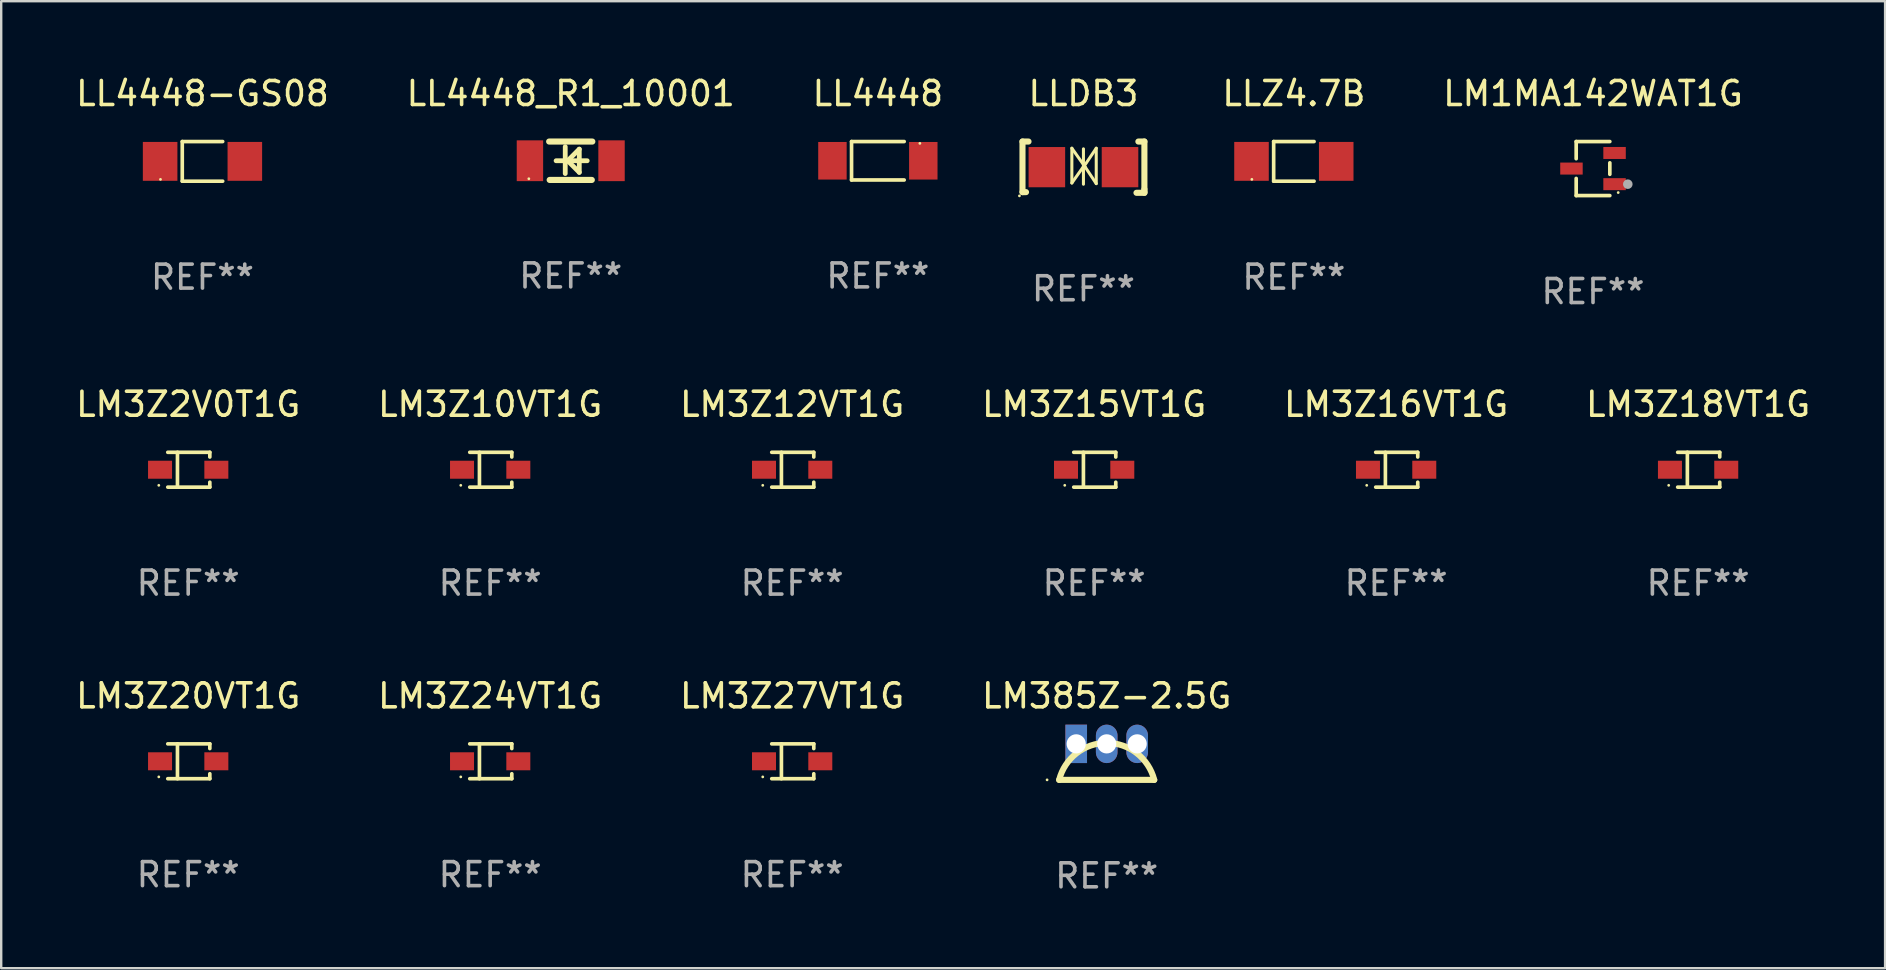
<source format=kicad_pcb>
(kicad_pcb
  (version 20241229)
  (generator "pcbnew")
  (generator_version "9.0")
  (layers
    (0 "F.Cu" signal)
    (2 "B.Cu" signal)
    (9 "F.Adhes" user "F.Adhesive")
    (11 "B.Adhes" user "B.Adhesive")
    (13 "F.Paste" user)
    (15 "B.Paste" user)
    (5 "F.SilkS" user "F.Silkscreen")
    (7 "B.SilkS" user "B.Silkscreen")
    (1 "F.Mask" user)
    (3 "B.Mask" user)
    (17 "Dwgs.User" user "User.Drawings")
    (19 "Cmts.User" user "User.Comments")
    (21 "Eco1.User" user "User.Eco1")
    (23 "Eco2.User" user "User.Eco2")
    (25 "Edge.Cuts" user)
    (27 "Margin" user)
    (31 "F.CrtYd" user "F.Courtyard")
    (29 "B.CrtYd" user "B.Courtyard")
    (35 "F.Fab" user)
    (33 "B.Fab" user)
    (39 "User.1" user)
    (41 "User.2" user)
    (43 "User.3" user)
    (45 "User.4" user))
  (footprint "LM3Z20VT1G"
    (layer "F.Cu")
    (at 4.792 28.672)
    (property "Reference" "LM3Z20VT1G" (at 0 -2.726 0) (layer "F.SilkS") (effects (font (size 1 1) (thickness 0.15))))
    (attr through_hole)
    (fp_line (start -0.851 -0.726) (end 0.901 -0.726) (stroke (width 0.152) (type solid)) (layer "F.SilkS"))
    (fp_line (start -0.851 0.726) (end 0.901 0.726) (stroke (width 0.152) (type solid)) (layer "F.SilkS"))
    (fp_line (start -0.447 -0.726) (end -0.447 0.726) (stroke (width 0.152) (type solid)) (layer "F.SilkS"))
    (fp_line (start 0.901 -0.726) (end 0.901 -0.53) (stroke (width 0.152) (type solid)) (layer "F.SilkS"))
    (fp_line (start 0.901 0.726) (end 0.901 0.52) (stroke (width 0.152) (type solid)) (layer "F.SilkS"))
    (fp_circle (center -1.225 0.65) (end -1.195 0.65) (stroke (width 0.06) (type solid)) (fill no) (layer "F.SilkS"))
    (fp_text user "REF**" (at 0 4.726 0) (layer "F.Fab") (effects (font (size 1 1) (thickness 0.15))))
    (pad "1" smd rect (at -1.173 0) (size 1 0.75) (layers "F.Cu" "F.Mask" "F.Paste"))
    (pad "2" smd rect (at 1.173 0) (size 1 0.75) (layers "F.Cu" "F.Mask" "F.Paste")))
  (footprint "LLZ4.7B"
    (layer "F.Cu")
    (at 50.864 3.674)
    (property "Reference" "LLZ4.7B" (at 0 -2.826 0) (layer "F.SilkS") (effects (font (size 1 1) (thickness 0.15))))
    (attr through_hole)
    (fp_line (start -0.842 -0.826) (end -0.842 0.826) (stroke (width 0.152) (type solid)) (layer "F.SilkS"))
    (fp_line (start -0.842 -0.826) (end 0.842 -0.826) (stroke (width 0.152) (type solid)) (layer "F.SilkS"))
    (fp_line (start -0.842 0.826) (end 0.842 0.826) (stroke (width 0.152) (type solid)) (layer "F.SilkS"))
    (fp_circle (center -1.75 0.75) (end -1.72 0.75) (stroke (width 0.06) (type solid)) (fill no) (layer "F.SilkS"))
    (fp_text user "REF**" (at 0 4.826 0) (layer "F.Fab") (effects (font (size 1 1) (thickness 0.15))))
    (pad "1" smd rect (at -1.765 0) (size 1.44 1.62) (layers "F.Cu" "F.Mask" "F.Paste"))
    (pad "2" smd rect (at 1.765 0) (size 1.44 1.62) (layers "F.Cu" "F.Mask" "F.Paste")))
  (footprint "LM1MA142WAT1G"
    (layer "F.Cu")
    (at 63.329 3.974)
    (property "Reference" "LM1MA142WAT1G" (at 0 -3.126 0) (layer "F.SilkS") (effects (font (size 1 1) (thickness 0.15))))
    (attr through_hole)
    (fp_line (start -0.701 -1.126) (end -0.701 -0.411) (stroke (width 0.152) (type solid)) (layer "F.SilkS"))
    (fp_line (start -0.701 1.126) (end -0.701 0.411) (stroke (width 0.152) (type solid)) (layer "F.SilkS"))
    (fp_line (start 0.701 -1.126) (end -0.701 -1.126) (stroke (width 0.152) (type solid)) (layer "F.SilkS"))
    (fp_line (start 0.701 -0.239) (end 0.701 0.239) (stroke (width 0.152) (type solid)) (layer "F.SilkS"))
    (fp_line (start 0.701 1.126) (end -0.701 1.126) (stroke (width 0.152) (type solid)) (layer "F.SilkS"))
    (fp_circle (center 1.05 1) (end 1.08 1) (stroke (width 0.06) (type solid)) (fill no) (layer "F.SilkS"))
    (fp_circle (center 1.45 0.65) (end 1.55 0.65) (stroke (width 0.2) (type solid)) (fill no) (layer "F.Fab"))
    (fp_text user "REF**" (at 0 5.126 0) (layer "F.Fab") (effects (font (size 1 1) (thickness 0.15))))
    (pad "1" smd rect (at 0.898 0.65) (size 0.936 0.5) (layers "F.Cu" "F.Mask" "F.Paste"))
    (pad "2" smd rect (at 0.898 -0.65) (size 0.936 0.5) (layers "F.Cu" "F.Mask" "F.Paste"))
    (pad "3" smd rect (at -0.898 0) (size 0.936 0.5) (layers "F.Cu" "F.Mask" "F.Paste")))
  (footprint "LL4448"
    (layer "F.Cu")
    (at 33.53 3.649)
    (property "Reference" "LL4448" (at 0 -2.801 0) (layer "F.SilkS") (effects (font (size 1 1) (thickness 0.15))))
    (attr through_hole)
    (fp_line (start -1.097 -0.801) (end -1.097 0.801) (stroke (width 0.152) (type solid)) (layer "F.SilkS"))
    (fp_line (start -1.097 -0.801) (end 1.097 -0.801) (stroke (width 0.152) (type solid)) (layer "F.SilkS"))
    (fp_line (start -1.097 0.801) (end 1.097 0.801) (stroke (width 0.152) (type solid)) (layer "F.SilkS"))
    (fp_circle (center 1.75 -0.725) (end 1.78 -0.725) (stroke (width 0.06) (type solid)) (fill no) (layer "F.SilkS"))
    (fp_text user "REF**" (at 0 4.801 0) (layer "F.Fab") (effects (font (size 1 1) (thickness 0.15))))
    (pad "1" smd rect (at 1.893 0) (size 1.185 1.566) (layers "F.Cu" "F.Mask" "F.Paste"))
    (pad "2" smd rect (at -1.893 0) (size 1.185 1.566) (layers "F.Cu" "F.Mask" "F.Paste")))
  (footprint "LM3Z12VT1G"
    (layer "F.Cu")
    (at 29.958 16.523)
    (property "Reference" "LM3Z12VT1G" (at 0 -2.726 0) (layer "F.SilkS") (effects (font (size 1 1) (thickness 0.15))))
    (attr through_hole)
    (fp_line (start -0.851 -0.726) (end 0.901 -0.726) (stroke (width 0.152) (type solid)) (layer "F.SilkS"))
    (fp_line (start -0.851 0.726) (end 0.901 0.726) (stroke (width 0.152) (type solid)) (layer "F.SilkS"))
    (fp_line (start -0.447 -0.726) (end -0.447 0.726) (stroke (width 0.152) (type solid)) (layer "F.SilkS"))
    (fp_line (start 0.901 -0.726) (end 0.901 -0.53) (stroke (width 0.152) (type solid)) (layer "F.SilkS"))
    (fp_line (start 0.901 0.726) (end 0.901 0.52) (stroke (width 0.152) (type solid)) (layer "F.SilkS"))
    (fp_circle (center -1.225 0.65) (end -1.195 0.65) (stroke (width 0.06) (type solid)) (fill no) (layer "F.SilkS"))
    (fp_text user "REF**" (at 0 4.726 0) (layer "F.Fab") (effects (font (size 1 1) (thickness 0.15))))
    (pad "1" smd rect (at -1.173 0) (size 1 0.75) (layers "F.Cu" "F.Mask" "F.Paste"))
    (pad "2" smd rect (at 1.173 0) (size 1 0.75) (layers "F.Cu" "F.Mask" "F.Paste")))
  (footprint "LM3Z10VT1G"
    (layer "F.Cu")
    (at 17.375 16.523)
    (property "Reference" "LM3Z10VT1G" (at 0 -2.726 0) (layer "F.SilkS") (effects (font (size 1 1) (thickness 0.15))))
    (attr through_hole)
    (fp_line (start -0.851 -0.726) (end 0.901 -0.726) (stroke (width 0.152) (type solid)) (layer "F.SilkS"))
    (fp_line (start -0.851 0.726) (end 0.901 0.726) (stroke (width 0.152) (type solid)) (layer "F.SilkS"))
    (fp_line (start -0.447 -0.726) (end -0.447 0.726) (stroke (width 0.152) (type solid)) (layer "F.SilkS"))
    (fp_line (start 0.901 -0.726) (end 0.901 -0.53) (stroke (width 0.152) (type solid)) (layer "F.SilkS"))
    (fp_line (start 0.901 0.726) (end 0.901 0.52) (stroke (width 0.152) (type solid)) (layer "F.SilkS"))
    (fp_circle (center -1.225 0.65) (end -1.195 0.65) (stroke (width 0.06) (type solid)) (fill no) (layer "F.SilkS"))
    (fp_text user "REF**" (at 0 4.726 0) (layer "F.Fab") (effects (font (size 1 1) (thickness 0.15))))
    (pad "1" smd rect (at -1.173 0) (size 1 0.75) (layers "F.Cu" "F.Mask" "F.Paste"))
    (pad "2" smd rect (at 1.173 0) (size 1 0.75) (layers "F.Cu" "F.Mask" "F.Paste")))
  (footprint "LM3Z2V0T1G"
    (layer "F.Cu")
    (at 4.792 16.523)
    (property "Reference" "LM3Z2V0T1G" (at 0 -2.726 0) (layer "F.SilkS") (effects (font (size 1 1) (thickness 0.15))))
    (attr through_hole)
    (fp_line (start -0.851 -0.726) (end 0.901 -0.726) (stroke (width 0.152) (type solid)) (layer "F.SilkS"))
    (fp_line (start -0.851 0.726) (end 0.901 0.726) (stroke (width 0.152) (type solid)) (layer "F.SilkS"))
    (fp_line (start -0.447 -0.726) (end -0.447 0.726) (stroke (width 0.152) (type solid)) (layer "F.SilkS"))
    (fp_line (start 0.901 -0.726) (end 0.901 -0.53) (stroke (width 0.152) (type solid)) (layer "F.SilkS"))
    (fp_line (start 0.901 0.726) (end 0.901 0.52) (stroke (width 0.152) (type solid)) (layer "F.SilkS"))
    (fp_circle (center -1.225 0.65) (end -1.195 0.65) (stroke (width 0.06) (type solid)) (fill no) (layer "F.SilkS"))
    (fp_text user "REF**" (at 0 4.726 0) (layer "F.Fab") (effects (font (size 1 1) (thickness 0.15))))
    (pad "1" smd rect (at -1.173 0) (size 1 0.75) (layers "F.Cu" "F.Mask" "F.Paste"))
    (pad "2" smd rect (at 1.173 0) (size 1 0.75) (layers "F.Cu" "F.Mask" "F.Paste")))
  (footprint "LM3Z16VT1G"
    (layer "F.Cu")
    (at 55.125 16.523)
    (property "Reference" "LM3Z16VT1G" (at 0 -2.726 0) (layer "F.SilkS") (effects (font (size 1 1) (thickness 0.15))))
    (attr through_hole)
    (fp_line (start -0.851 -0.726) (end 0.901 -0.726) (stroke (width 0.152) (type solid)) (layer "F.SilkS"))
    (fp_line (start -0.851 0.726) (end 0.901 0.726) (stroke (width 0.152) (type solid)) (layer "F.SilkS"))
    (fp_line (start -0.447 -0.726) (end -0.447 0.726) (stroke (width 0.152) (type solid)) (layer "F.SilkS"))
    (fp_line (start 0.901 -0.726) (end 0.901 -0.53) (stroke (width 0.152) (type solid)) (layer "F.SilkS"))
    (fp_line (start 0.901 0.726) (end 0.901 0.52) (stroke (width 0.152) (type solid)) (layer "F.SilkS"))
    (fp_circle (center -1.225 0.65) (end -1.195 0.65) (stroke (width 0.06) (type solid)) (fill no) (layer "F.SilkS"))
    (fp_text user "REF**" (at 0 4.726 0) (layer "F.Fab") (effects (font (size 1 1) (thickness 0.15))))
    (pad "1" smd rect (at -1.173 0) (size 1 0.75) (layers "F.Cu" "F.Mask" "F.Paste"))
    (pad "2" smd rect (at 1.173 0) (size 1 0.75) (layers "F.Cu" "F.Mask" "F.Paste")))
  (footprint "LLDB3"
    (layer "F.Cu")
    (at 42.096 3.916)
    (property "Reference" "LLDB3" (at 0 -3.068 0) (layer "F.SilkS") (effects (font (size 1 1) (thickness 0.15))))
    (attr through_hole)
    (fp_line (start -2.54 -1.068) (end -2.54 1.04) (stroke (width 0.254) (type solid)) (layer "F.SilkS"))
    (fp_line (start -2.54 -1.068) (end -2.289 -1.068) (stroke (width 0.254) (type solid)) (layer "F.SilkS"))
    (fp_line (start -2.54 1.04) (end -2.393 1.04) (stroke (width 0.254) (type solid)) (layer "F.SilkS"))
    (fp_line (start -0.483 -0.789) (end -0.483 0.659) (stroke (width 0.127) (type solid)) (layer "F.SilkS"))
    (fp_line (start -0.483 0.659) (end 0 -0.025) (stroke (width 0.127) (type solid)) (layer "F.SilkS"))
    (fp_line (start 0 -0.763) (end 0 0.71) (stroke (width 0.127) (type solid)) (layer "F.SilkS"))
    (fp_line (start 0 -0.001) (end 0.533 -0.789) (stroke (width 0.127) (type solid)) (layer "F.SilkS"))
    (fp_line (start 0.076 -0.001) (end -0.483 -0.789) (stroke (width 0.127) (type solid)) (layer "F.SilkS"))
    (fp_line (start 0.533 -0.789) (end 0.533 0.685) (stroke (width 0.127) (type solid)) (layer "F.SilkS"))
    (fp_line (start 0.533 0.685) (end 0.076 -0.001) (stroke (width 0.127) (type solid)) (layer "F.SilkS"))
    (fp_line (start 2.21 1.068) (end 2.54 1.068) (stroke (width 0.254) (type solid)) (layer "F.SilkS"))
    (fp_line (start 2.289 -1.068) (end 2.54 -1.068) (stroke (width 0.254) (type solid)) (layer "F.SilkS"))
    (fp_line (start 2.54 -1.068) (end 2.54 0.919) (stroke (width 0.254) (type solid)) (layer "F.SilkS"))
    (fp_line (start 2.54 0.919) (end 2.54 1.015) (stroke (width 0.254) (type solid)) (layer "F.SilkS"))
    (fp_line (start 2.54 1.068) (end 2.54 1.015) (stroke (width 0.254) (type solid)) (layer "F.SilkS"))
    (fp_circle (center -2.667 1.195) (end -2.637 1.195) (stroke (width 0.06) (type solid)) (fill no) (layer "F.SilkS"))
    (fp_text user "REF**" (at 0 5.068 0) (layer "F.Fab") (effects (font (size 1 1) (thickness 0.15))))
    (pad "1" smd rect (at -1.524 -0.001 180) (size 1.524 1.676) (layers "F.Cu" "F.Mask" "F.Paste"))
    (pad "2" smd rect (at 1.524 -0.001 180) (size 1.524 1.676) (layers "F.Cu" "F.Mask" "F.Paste")))
  (footprint "LM3Z27VT1G"
    (layer "F.Cu")
    (at 29.958 28.672)
    (property "Reference" "LM3Z27VT1G" (at 0 -2.726 0) (layer "F.SilkS") (effects (font (size 1 1) (thickness 0.15))))
    (attr through_hole)
    (fp_line (start -0.851 -0.726) (end 0.901 -0.726) (stroke (width 0.152) (type solid)) (layer "F.SilkS"))
    (fp_line (start -0.851 0.726) (end 0.901 0.726) (stroke (width 0.152) (type solid)) (layer "F.SilkS"))
    (fp_line (start -0.447 -0.726) (end -0.447 0.726) (stroke (width 0.152) (type solid)) (layer "F.SilkS"))
    (fp_line (start 0.901 -0.726) (end 0.901 -0.53) (stroke (width 0.152) (type solid)) (layer "F.SilkS"))
    (fp_line (start 0.901 0.726) (end 0.901 0.52) (stroke (width 0.152) (type solid)) (layer "F.SilkS"))
    (fp_circle (center -1.225 0.65) (end -1.195 0.65) (stroke (width 0.06) (type solid)) (fill no) (layer "F.SilkS"))
    (fp_text user "REF**" (at 0 4.726 0) (layer "F.Fab") (effects (font (size 1 1) (thickness 0.15))))
    (pad "1" smd rect (at -1.173 0) (size 1 0.75) (layers "F.Cu" "F.Mask" "F.Paste"))
    (pad "2" smd rect (at 1.173 0) (size 1 0.75) (layers "F.Cu" "F.Mask" "F.Paste")))
  (footprint "LL4448_R1_10001"
    (layer "F.Cu")
    (at 20.732 3.648)
    (property "Reference" "LL4448_R1_10001" (at 0 -2.8 0) (layer "F.SilkS") (effects (font (size 1 1) (thickness 0.15))))
    (attr through_hole)
    (fp_line (start -0.9 -0.8) (end 0.9 -0.8) (stroke (width 0.254) (type solid)) (layer "F.SilkS"))
    (fp_line (start -0.878 0.8) (end 0.878 0.8) (stroke (width 0.254) (type solid)) (layer "F.SilkS"))
    (fp_line (start -0.61 0) (end 0.686 0) (stroke (width 0.2) (type solid)) (layer "F.SilkS"))
    (fp_line (start -0.229 -0.584) (end -0.229 0.533) (stroke (width 0.2) (type solid)) (layer "F.SilkS"))
    (fp_line (start -0.127 0) (end 0.356 -0.483) (stroke (width 0.2) (type solid)) (layer "F.SilkS"))
    (fp_line (start 0.356 -0.483) (end 0.356 0.483) (stroke (width 0.2) (type solid)) (layer "F.SilkS"))
    (fp_line (start 0.356 0.483) (end -0.102 0.025) (stroke (width 0.2) (type solid)) (layer "F.SilkS"))
    (fp_circle (center -1.746 0.75) (end -1.716 0.75) (stroke (width 0.06) (type solid)) (fill no) (layer "F.SilkS"))
    (fp_text user "REF**" (at 0 4.8 0) (layer "F.Fab") (effects (font (size 1 1) (thickness 0.15))))
    (pad "1" smd rect (at -1.7 0 180) (size 1.1 1.7) (layers "F.Cu" "F.Mask" "F.Paste"))
    (pad "2" smd rect (at 1.7 0 180) (size 1.1 1.7) (layers "F.Cu" "F.Mask" "F.Paste")))
  (footprint "LM3Z15VT1G"
    (layer "F.Cu")
    (at 42.542 16.523)
    (property "Reference" "LM3Z15VT1G" (at 0 -2.726 0) (layer "F.SilkS") (effects (font (size 1 1) (thickness 0.15))))
    (attr through_hole)
    (fp_line (start -0.851 -0.726) (end 0.901 -0.726) (stroke (width 0.152) (type solid)) (layer "F.SilkS"))
    (fp_line (start -0.851 0.726) (end 0.901 0.726) (stroke (width 0.152) (type solid)) (layer "F.SilkS"))
    (fp_line (start -0.447 -0.726) (end -0.447 0.726) (stroke (width 0.152) (type solid)) (layer "F.SilkS"))
    (fp_line (start 0.901 -0.726) (end 0.901 -0.53) (stroke (width 0.152) (type solid)) (layer "F.SilkS"))
    (fp_line (start 0.901 0.726) (end 0.901 0.52) (stroke (width 0.152) (type solid)) (layer "F.SilkS"))
    (fp_circle (center -1.225 0.65) (end -1.195 0.65) (stroke (width 0.06) (type solid)) (fill no) (layer "F.SilkS"))
    (fp_text user "REF**" (at 0 4.726 0) (layer "F.Fab") (effects (font (size 1 1) (thickness 0.15))))
    (pad "1" smd rect (at -1.173 0) (size 1 0.75) (layers "F.Cu" "F.Mask" "F.Paste"))
    (pad "2" smd rect (at 1.173 0) (size 1 0.75) (layers "F.Cu" "F.Mask" "F.Paste")))
  (footprint "LM3Z18VT1G"
    (layer "F.Cu")
    (at 67.708 16.523)
    (property "Reference" "LM3Z18VT1G" (at 0 -2.726 0) (layer "F.SilkS") (effects (font (size 1 1) (thickness 0.15))))
    (attr through_hole)
    (fp_line (start -0.851 -0.726) (end 0.901 -0.726) (stroke (width 0.152) (type solid)) (layer "F.SilkS"))
    (fp_line (start -0.851 0.726) (end 0.901 0.726) (stroke (width 0.152) (type solid)) (layer "F.SilkS"))
    (fp_line (start -0.447 -0.726) (end -0.447 0.726) (stroke (width 0.152) (type solid)) (layer "F.SilkS"))
    (fp_line (start 0.901 -0.726) (end 0.901 -0.53) (stroke (width 0.152) (type solid)) (layer "F.SilkS"))
    (fp_line (start 0.901 0.726) (end 0.901 0.52) (stroke (width 0.152) (type solid)) (layer "F.SilkS"))
    (fp_circle (center -1.225 0.65) (end -1.195 0.65) (stroke (width 0.06) (type solid)) (fill no) (layer "F.SilkS"))
    (fp_text user "REF**" (at 0 4.726 0) (layer "F.Fab") (effects (font (size 1 1) (thickness 0.15))))
    (pad "1" smd rect (at -1.173 0) (size 1 0.75) (layers "F.Cu" "F.Mask" "F.Paste"))
    (pad "2" smd rect (at 1.173 0) (size 1 0.75) (layers "F.Cu" "F.Mask" "F.Paste")))
  (footprint "LL4448-GS08"
    (layer "F.Cu")
    (at 5.387 3.674)
    (property "Reference" "LL4448-GS08" (at 0 -2.826 0) (layer "F.SilkS") (effects (font (size 1 1) (thickness 0.15))))
    (attr through_hole)
    (fp_line (start -0.842 -0.826) (end -0.842 0.826) (stroke (width 0.152) (type solid)) (layer "F.SilkS"))
    (fp_line (start -0.842 -0.826) (end 0.842 -0.826) (stroke (width 0.152) (type solid)) (layer "F.SilkS"))
    (fp_line (start -0.842 0.826) (end 0.842 0.826) (stroke (width 0.152) (type solid)) (layer "F.SilkS"))
    (fp_circle (center -1.75 0.75) (end -1.72 0.75) (stroke (width 0.06) (type solid)) (fill no) (layer "F.SilkS"))
    (fp_text user "REF**" (at 0 4.826 0) (layer "F.Fab") (effects (font (size 1 1) (thickness 0.15))))
    (pad "1" smd rect (at -1.765 0) (size 1.44 1.62) (layers "F.Cu" "F.Mask" "F.Paste"))
    (pad "2" smd rect (at 1.765 0) (size 1.44 1.62) (layers "F.Cu" "F.Mask" "F.Paste")))
  (footprint "LM385Z-2.5G"
    (layer "F.Cu")
    (at 43.065 28.696)
    (property "Reference" "LM385Z-2.5G" (at 0 -2.75 0) (layer "F.SilkS") (effects (font (size 1 1) (thickness 0.15))))
    (attr through_hole)
    (fp_line (start 1.98 0.75) (end -1.98 0.75) (stroke (width 0.254) (type solid)) (layer "F.SilkS"))
    (fp_arc (start -1.981204 0.751206) (mid 0 -0.789989) (end 1.981204 0.751207) (stroke (width 0.254001) (type solid)) (layer "F.SilkS"))
    (fp_circle (center -2.484 0.75) (end -2.454 0.75) (stroke (width 0.06) (type solid)) (fill no) (layer "F.SilkS"))
    (fp_text user "REF**" (at 0 4.75 0) (layer "F.Fab") (effects (font (size 1 1) (thickness 0.15))))
    (pad "1" thru_hole rect (at -1.27 -0.75) (size 0.9 1.6) (drill 0.8) (layers "*.Cu" "*.Mask"))
    (pad "2" thru_hole oval (at 0 -0.75) (size 0.9 1.6) (drill 0.8) (layers "*.Cu" "*.Mask"))
    (pad "3" thru_hole oval (at 1.27 -0.75) (size 0.9 1.6) (drill 0.8) (layers "*.Cu" "*.Mask")))
  (footprint "LM3Z24VT1G"
    (layer "F.Cu")
    (at 17.375 28.672)
    (property "Reference" "LM3Z24VT1G" (at 0 -2.726 0) (layer "F.SilkS") (effects (font (size 1 1) (thickness 0.15))))
    (attr through_hole)
    (fp_line (start -0.851 -0.726) (end 0.901 -0.726) (stroke (width 0.152) (type solid)) (layer "F.SilkS"))
    (fp_line (start -0.851 0.726) (end 0.901 0.726) (stroke (width 0.152) (type solid)) (layer "F.SilkS"))
    (fp_line (start -0.447 -0.726) (end -0.447 0.726) (stroke (width 0.152) (type solid)) (layer "F.SilkS"))
    (fp_line (start 0.901 -0.726) (end 0.901 -0.53) (stroke (width 0.152) (type solid)) (layer "F.SilkS"))
    (fp_line (start 0.901 0.726) (end 0.901 0.52) (stroke (width 0.152) (type solid)) (layer "F.SilkS"))
    (fp_circle (center -1.225 0.65) (end -1.195 0.65) (stroke (width 0.06) (type solid)) (fill no) (layer "F.SilkS"))
    (fp_text user "REF**" (at 0 4.726 0) (layer "F.Fab") (effects (font (size 1 1) (thickness 0.15))))
    (pad "1" smd rect (at -1.173 0) (size 1 0.75) (layers "F.Cu" "F.Mask" "F.Paste"))
    (pad "2" smd rect (at 1.173 0) (size 1 0.75) (layers "F.Cu" "F.Mask" "F.Paste")))
  (gr_rect
    (start -3 -3)
    (end 75.5 37.294)
    (stroke (width 0.1) (type default))
    (fill no)
    (layer "Edge.Cuts")))
</source>
